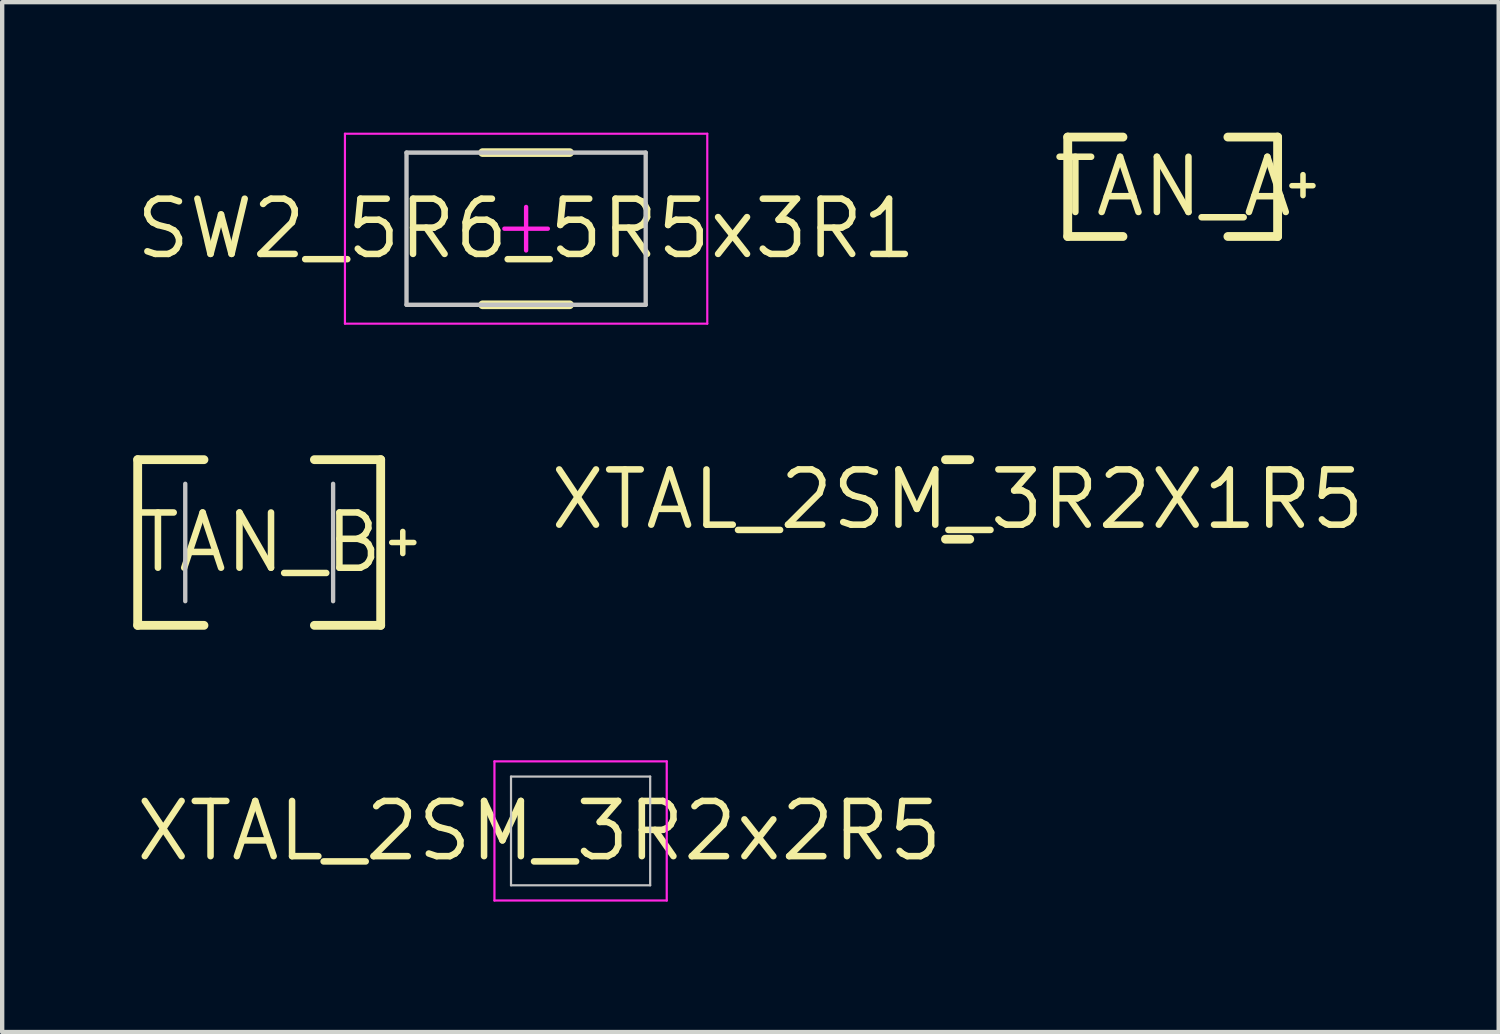
<source format=kicad_pcb>
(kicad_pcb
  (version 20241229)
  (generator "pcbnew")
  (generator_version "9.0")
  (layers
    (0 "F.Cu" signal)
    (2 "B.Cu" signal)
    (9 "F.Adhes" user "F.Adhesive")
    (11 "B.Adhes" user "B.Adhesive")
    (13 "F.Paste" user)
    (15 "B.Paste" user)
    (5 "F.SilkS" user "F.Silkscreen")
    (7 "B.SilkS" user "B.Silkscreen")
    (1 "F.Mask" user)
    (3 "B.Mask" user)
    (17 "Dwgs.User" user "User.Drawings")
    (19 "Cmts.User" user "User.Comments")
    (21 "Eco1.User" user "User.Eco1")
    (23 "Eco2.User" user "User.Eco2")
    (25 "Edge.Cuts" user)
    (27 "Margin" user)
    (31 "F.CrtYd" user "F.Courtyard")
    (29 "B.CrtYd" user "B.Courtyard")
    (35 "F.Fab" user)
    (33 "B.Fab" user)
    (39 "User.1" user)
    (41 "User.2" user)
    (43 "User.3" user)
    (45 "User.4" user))
  (footprint "XTAL_2SM_3R2X1R5"
    (layer "F.Cu")
    (at 18.971 8.435)
    (property "Reference" "XTAL_2SM_3R2X1R5" (at 0 0 0) (layer "F.SilkS") (effects (font (size 1.27 1.27) (thickness 0.15))))
    (attr through_hole)
    (fp_line (start -0.279 -0.914) (end 0.279 -0.914) (stroke (width 0.203) (type solid)) (layer "F.SilkS"))
    (fp_line (start -0.279 0.914) (end 0.279 0.914) (stroke (width 0.203) (type solid)) (layer "F.SilkS")))
  (footprint "XTAL_2SM_3R2x2R5"
    (layer "F.Cu")
    (at 9.351 16.058)
    (property "Reference" "XTAL_2SM_3R2x2R5" (at 0 0 0) (layer "F.SilkS") (effects (font (size 1.27 1.27) (thickness 0.15))))
    (attr through_hole)
    (fp_line (start -0.65 -1.25) (end 2.55 -1.25) (stroke (width 0.051) (type solid)) (layer "Dwgs.User"))
    (fp_line (start -0.65 1.25) (end -0.65 -1.25) (stroke (width 0.051) (type solid)) (layer "Dwgs.User"))
    (fp_line (start -0.65 1.25) (end 2.55 1.25) (stroke (width 0.051) (type solid)) (layer "Dwgs.User"))
    (fp_line (start 2.55 1.25) (end 2.55 -1.25) (stroke (width 0.051) (type solid)) (layer "Dwgs.User"))
    (fp_line (start -1.031 -1.6) (end 2.931 -1.6) (stroke (width 0.051) (type solid)) (layer "F.CrtYd"))
    (fp_line (start -1.031 1.6) (end -1.031 -1.6) (stroke (width 0.051) (type solid)) (layer "F.CrtYd"))
    (fp_line (start -1.031 1.6) (end 2.931 1.6) (stroke (width 0.051) (type solid)) (layer "F.CrtYd"))
    (fp_line (start 2.931 1.6) (end 2.931 -1.6) (stroke (width 0.051) (type solid)) (layer "F.CrtYd")))
  (footprint "TAN_A"
    (layer "F.Cu")
    (at 23.916 1.245)
    (property "Reference" "TAN_A" (at 0 0 0) (layer "F.SilkS") (effects (font (size 1.27 1.27) (thickness 0.15))))
    (attr through_hole)
    (fp_line (start -2.413 -1.143) (end -1.143 -1.143) (stroke (width 0.203) (type solid)) (layer "F.SilkS"))
    (fp_line (start -2.413 1.143) (end -2.413 -1.143) (stroke (width 0.203) (type solid)) (layer "F.SilkS"))
    (fp_line (start -2.413 1.143) (end -1.143 1.143) (stroke (width 0.203) (type solid)) (layer "F.SilkS"))
    (fp_line (start 1.27 -1.143) (end 2.413 -1.143) (stroke (width 0.203) (type solid)) (layer "F.SilkS"))
    (fp_line (start 1.27 1.143) (end 2.413 1.143) (stroke (width 0.203) (type solid)) (layer "F.SilkS"))
    (fp_line (start 2.413 1.143) (end 2.413 -1.143) (stroke (width 0.203) (type solid)) (layer "F.SilkS"))
    (fp_line (start 2.743 -0.025) (end 3.226 -0.025) (stroke (width 0.127) (type solid)) (layer "F.SilkS"))
    (fp_line (start 2.997 0.203) (end 2.997 -0.279) (stroke (width 0.127) (type solid)) (layer "F.SilkS")))
  (footprint "TAN_B"
    (layer "F.Cu")
    (at 2.91 9.425)
    (property "Reference" "TAN_B" (at 0 0 0) (layer "F.SilkS") (effects (font (size 1.27 1.27) (thickness 0.15))))
    (attr through_hole)
    (fp_line (start -2.794 -1.905) (end -1.27 -1.905) (stroke (width 0.203) (type solid)) (layer "F.SilkS"))
    (fp_line (start -2.794 1.905) (end -2.794 -1.905) (stroke (width 0.203) (type solid)) (layer "F.SilkS"))
    (fp_line (start -2.794 1.905) (end -1.27 1.905) (stroke (width 0.203) (type solid)) (layer "F.SilkS"))
    (fp_line (start 1.27 -1.905) (end 2.794 -1.905) (stroke (width 0.203) (type solid)) (layer "F.SilkS"))
    (fp_line (start 1.27 1.905) (end 2.794 1.905) (stroke (width 0.203) (type solid)) (layer "F.SilkS"))
    (fp_line (start 2.794 1.905) (end 2.794 -1.905) (stroke (width 0.203) (type solid)) (layer "F.SilkS"))
    (fp_line (start 3.048 -0.00001) (end 3.556 -0.00001) (stroke (width 0.127) (type solid)) (layer "F.SilkS"))
    (fp_line (start 3.302 0.254) (end 3.302 -0.254) (stroke (width 0.127) (type solid)) (layer "F.SilkS"))
    (fp_line (start -1.7 1.35) (end -1.7 -1.35) (stroke (width 0.1) (type solid)) (layer "Dwgs.User"))
    (fp_line (start 1.7 1.35) (end 1.7 -1.35) (stroke (width 0.1) (type solid)) (layer "Dwgs.User")))
  (footprint "SW2_5R6_5R5x3R1"
    (layer "F.Cu")
    (at 9.048 2.209)
    (property "Reference" "SW2_5R6_5R5x3R1" (at 0 0 0) (layer "F.SilkS") (effects (font (size 1.27 1.27) (thickness 0.15))))
    (attr through_hole)
    (fp_line (start -1 -1.75) (end 1 -1.75) (stroke (width 0.2) (type solid)) (layer "F.SilkS"))
    (fp_line (start -1 1.75) (end 1 1.75) (stroke (width 0.2) (type solid)) (layer "F.SilkS"))
    (fp_line (start -2.75 -1.75) (end 2.75 -1.75) (stroke (width 0.1) (type solid)) (layer "Dwgs.User"))
    (fp_line (start -2.75 1.75) (end -2.75 -1.75) (stroke (width 0.1) (type solid)) (layer "Dwgs.User"))
    (fp_line (start -2.75 1.75) (end 2.75 1.75) (stroke (width 0.1) (type solid)) (layer "Dwgs.User"))
    (fp_line (start 2.75 1.75) (end 2.75 -1.75) (stroke (width 0.1) (type solid)) (layer "Dwgs.User"))
    (fp_line (start -4.166 -2.184) (end 4.166 -2.184) (stroke (width 0.05) (type solid)) (layer "F.CrtYd"))
    (fp_line (start -4.166 2.184) (end -4.166 -2.184) (stroke (width 0.05) (type solid)) (layer "F.CrtYd"))
    (fp_line (start -4.166 2.184) (end 4.166 2.184) (stroke (width 0.05) (type solid)) (layer "F.CrtYd"))
    (fp_line (start -0.5 0) (end 0.5 0) (stroke (width 0.1) (type solid)) (layer "F.CrtYd"))
    (fp_line (start 0 0.5) (end 0 -0.5) (stroke (width 0.1) (type solid)) (layer "F.CrtYd"))
    (fp_line (start 4.166 2.184) (end 4.166 -2.184) (stroke (width 0.05) (type solid)) (layer "F.CrtYd")))
  (gr_rect
    (start -3 -3)
    (end 31.413 20.683)
    (stroke (width 0.1) (type default))
    (fill no)
    (layer "Edge.Cuts")))
</source>
